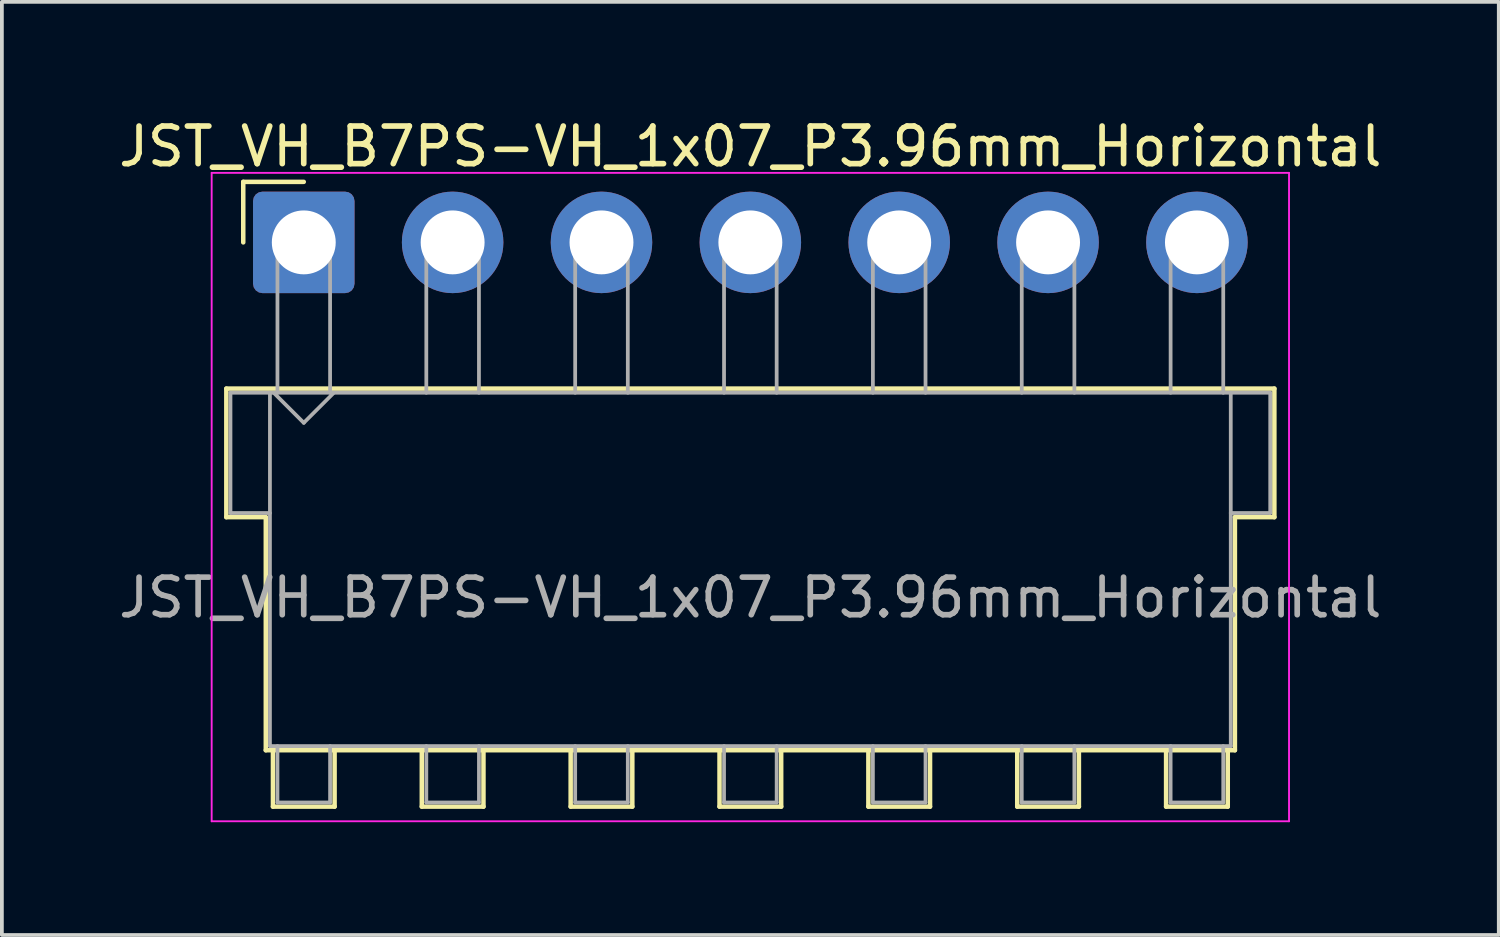
<source format=kicad_pcb>
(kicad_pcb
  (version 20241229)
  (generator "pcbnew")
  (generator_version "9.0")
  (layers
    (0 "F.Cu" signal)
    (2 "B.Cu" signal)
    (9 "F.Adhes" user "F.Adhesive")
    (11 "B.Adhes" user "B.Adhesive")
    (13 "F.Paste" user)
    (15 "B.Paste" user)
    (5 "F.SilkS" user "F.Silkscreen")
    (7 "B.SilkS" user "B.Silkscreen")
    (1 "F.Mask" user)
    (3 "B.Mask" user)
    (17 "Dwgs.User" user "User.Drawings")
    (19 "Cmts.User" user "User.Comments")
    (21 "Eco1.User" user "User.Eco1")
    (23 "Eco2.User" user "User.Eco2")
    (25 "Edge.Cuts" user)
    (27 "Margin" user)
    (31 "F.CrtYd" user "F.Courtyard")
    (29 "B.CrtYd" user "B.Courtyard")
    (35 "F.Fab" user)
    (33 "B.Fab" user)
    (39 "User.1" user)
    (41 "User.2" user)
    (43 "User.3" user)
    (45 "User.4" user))
  (footprint "JST_VH_B7PS-VH_1x07_P3.96mm_Horizontal"
    (layer "F.Cu")
    (at 5.031 3.398)
    (property "Reference" "JST_VH_B7PS-VH_1x07_P3.96mm_Horizontal" (at 11.88 -2.55 0) (layer "F.SilkS") (effects (font (size 1 1) (thickness 0.15))))
    (attr through_hole)
    (fp_line (start -2.06 3.89) (end 25.82 3.89) (stroke (width 0.12) (type solid)) (layer "F.SilkS"))
    (fp_line (start -2.06 7.31) (end -2.06 3.89) (stroke (width 0.12) (type solid)) (layer "F.SilkS"))
    (fp_line (start -1.61 -1.61) (end -1.61 0) (stroke (width 0.12) (type solid)) (layer "F.SilkS"))
    (fp_line (start -1.01 7.31) (end -2.06 7.31) (stroke (width 0.12) (type solid)) (layer "F.SilkS"))
    (fp_line (start -1.01 13.51) (end -1.01 7.31) (stroke (width 0.12) (type solid)) (layer "F.SilkS"))
    (fp_line (start -0.82 13.51) (end -0.82 15.01) (stroke (width 0.12) (type solid)) (layer "F.SilkS"))
    (fp_line (start -0.82 15.01) (end 0.82 15.01) (stroke (width 0.12) (type solid)) (layer "F.SilkS"))
    (fp_line (start 0 -1.61) (end -1.61 -1.61) (stroke (width 0.12) (type solid)) (layer "F.SilkS"))
    (fp_line (start 0.82 15.01) (end 0.82 13.51) (stroke (width 0.12) (type solid)) (layer "F.SilkS"))
    (fp_line (start 3.14 13.51) (end 3.14 15.01) (stroke (width 0.12) (type solid)) (layer "F.SilkS"))
    (fp_line (start 3.14 15.01) (end 4.78 15.01) (stroke (width 0.12) (type solid)) (layer "F.SilkS"))
    (fp_line (start 4.78 15.01) (end 4.78 13.51) (stroke (width 0.12) (type solid)) (layer "F.SilkS"))
    (fp_line (start 7.1 13.51) (end 7.1 15.01) (stroke (width 0.12) (type solid)) (layer "F.SilkS"))
    (fp_line (start 7.1 15.01) (end 8.74 15.01) (stroke (width 0.12) (type solid)) (layer "F.SilkS"))
    (fp_line (start 8.74 15.01) (end 8.74 13.51) (stroke (width 0.12) (type solid)) (layer "F.SilkS"))
    (fp_line (start 11.06 13.51) (end 11.06 15.01) (stroke (width 0.12) (type solid)) (layer "F.SilkS"))
    (fp_line (start 11.06 15.01) (end 12.7 15.01) (stroke (width 0.12) (type solid)) (layer "F.SilkS"))
    (fp_line (start 12.7 15.01) (end 12.7 13.51) (stroke (width 0.12) (type solid)) (layer "F.SilkS"))
    (fp_line (start 15.02 13.51) (end 15.02 15.01) (stroke (width 0.12) (type solid)) (layer "F.SilkS"))
    (fp_line (start 15.02 15.01) (end 16.66 15.01) (stroke (width 0.12) (type solid)) (layer "F.SilkS"))
    (fp_line (start 16.66 15.01) (end 16.66 13.51) (stroke (width 0.12) (type solid)) (layer "F.SilkS"))
    (fp_line (start 18.98 13.51) (end 18.98 15.01) (stroke (width 0.12) (type solid)) (layer "F.SilkS"))
    (fp_line (start 18.98 15.01) (end 20.62 15.01) (stroke (width 0.12) (type solid)) (layer "F.SilkS"))
    (fp_line (start 20.62 15.01) (end 20.62 13.51) (stroke (width 0.12) (type solid)) (layer "F.SilkS"))
    (fp_line (start 22.94 13.51) (end 22.94 15.01) (stroke (width 0.12) (type solid)) (layer "F.SilkS"))
    (fp_line (start 22.94 15.01) (end 24.58 15.01) (stroke (width 0.12) (type solid)) (layer "F.SilkS"))
    (fp_line (start 24.58 15.01) (end 24.58 13.51) (stroke (width 0.12) (type solid)) (layer "F.SilkS"))
    (fp_line (start 24.77 7.31) (end 24.77 13.51) (stroke (width 0.12) (type solid)) (layer "F.SilkS"))
    (fp_line (start 24.77 13.51) (end -1.01 13.51) (stroke (width 0.12) (type solid)) (layer "F.SilkS"))
    (fp_line (start 25.82 3.89) (end 25.82 7.31) (stroke (width 0.12) (type solid)) (layer "F.SilkS"))
    (fp_line (start 25.82 7.31) (end 24.77 7.31) (stroke (width 0.12) (type solid)) (layer "F.SilkS"))
    (fp_line (start -2.45 -1.85) (end -2.45 15.4) (stroke (width 0.05) (type solid)) (layer "F.CrtYd"))
    (fp_line (start -2.45 15.4) (end 26.21 15.4) (stroke (width 0.05) (type solid)) (layer "F.CrtYd"))
    (fp_line (start 26.21 -1.85) (end -2.45 -1.85) (stroke (width 0.05) (type solid)) (layer "F.CrtYd"))
    (fp_line (start 26.21 15.4) (end 26.21 -1.85) (stroke (width 0.05) (type solid)) (layer "F.CrtYd"))
    (fp_line (start -1.95 4) (end -0.9 4) (stroke (width 0.1) (type solid)) (layer "F.Fab"))
    (fp_line (start -1.95 7.2) (end -1.95 4) (stroke (width 0.1) (type solid)) (layer "F.Fab"))
    (fp_line (start -0.9 4) (end -0.9 13.4) (stroke (width 0.1) (type solid)) (layer "F.Fab"))
    (fp_line (start -0.9 7.2) (end -1.95 7.2) (stroke (width 0.1) (type solid)) (layer "F.Fab"))
    (fp_line (start -0.9 13.4) (end 24.66 13.4) (stroke (width 0.1) (type solid)) (layer "F.Fab"))
    (fp_line (start -0.8 4) (end 0 4.8) (stroke (width 0.1) (type solid)) (layer "F.Fab"))
    (fp_line (start -0.7 0) (end 0.7 0) (stroke (width 0.1) (type solid)) (layer "F.Fab"))
    (fp_line (start -0.7 4) (end -0.7 0) (stroke (width 0.1) (type solid)) (layer "F.Fab"))
    (fp_line (start -0.7 13.4) (end -0.7 14.9) (stroke (width 0.1) (type solid)) (layer "F.Fab"))
    (fp_line (start -0.7 14.9) (end 0.7 14.9) (stroke (width 0.1) (type solid)) (layer "F.Fab"))
    (fp_line (start 0 4.8) (end 0.8 4) (stroke (width 0.1) (type solid)) (layer "F.Fab"))
    (fp_line (start 0.7 0) (end 0.7 4) (stroke (width 0.1) (type solid)) (layer "F.Fab"))
    (fp_line (start 0.7 14.9) (end 0.7 13.4) (stroke (width 0.1) (type solid)) (layer "F.Fab"))
    (fp_line (start 3.26 0) (end 4.66 0) (stroke (width 0.1) (type solid)) (layer "F.Fab"))
    (fp_line (start 3.26 4) (end 3.26 0) (stroke (width 0.1) (type solid)) (layer "F.Fab"))
    (fp_line (start 3.26 13.4) (end 3.26 14.9) (stroke (width 0.1) (type solid)) (layer "F.Fab"))
    (fp_line (start 3.26 14.9) (end 4.66 14.9) (stroke (width 0.1) (type solid)) (layer "F.Fab"))
    (fp_line (start 4.66 0) (end 4.66 4) (stroke (width 0.1) (type solid)) (layer "F.Fab"))
    (fp_line (start 4.66 14.9) (end 4.66 13.4) (stroke (width 0.1) (type solid)) (layer "F.Fab"))
    (fp_line (start 7.22 0) (end 8.62 0) (stroke (width 0.1) (type solid)) (layer "F.Fab"))
    (fp_line (start 7.22 4) (end 7.22 0) (stroke (width 0.1) (type solid)) (layer "F.Fab"))
    (fp_line (start 7.22 13.4) (end 7.22 14.9) (stroke (width 0.1) (type solid)) (layer "F.Fab"))
    (fp_line (start 7.22 14.9) (end 8.62 14.9) (stroke (width 0.1) (type solid)) (layer "F.Fab"))
    (fp_line (start 8.62 0) (end 8.62 4) (stroke (width 0.1) (type solid)) (layer "F.Fab"))
    (fp_line (start 8.62 14.9) (end 8.62 13.4) (stroke (width 0.1) (type solid)) (layer "F.Fab"))
    (fp_line (start 11.18 0) (end 12.58 0) (stroke (width 0.1) (type solid)) (layer "F.Fab"))
    (fp_line (start 11.18 4) (end 11.18 0) (stroke (width 0.1) (type solid)) (layer "F.Fab"))
    (fp_line (start 11.18 13.4) (end 11.18 14.9) (stroke (width 0.1) (type solid)) (layer "F.Fab"))
    (fp_line (start 11.18 14.9) (end 12.58 14.9) (stroke (width 0.1) (type solid)) (layer "F.Fab"))
    (fp_line (start 12.58 0) (end 12.58 4) (stroke (width 0.1) (type solid)) (layer "F.Fab"))
    (fp_line (start 12.58 14.9) (end 12.58 13.4) (stroke (width 0.1) (type solid)) (layer "F.Fab"))
    (fp_line (start 15.14 0) (end 16.54 0) (stroke (width 0.1) (type solid)) (layer "F.Fab"))
    (fp_line (start 15.14 4) (end 15.14 0) (stroke (width 0.1) (type solid)) (layer "F.Fab"))
    (fp_line (start 15.14 13.4) (end 15.14 14.9) (stroke (width 0.1) (type solid)) (layer "F.Fab"))
    (fp_line (start 15.14 14.9) (end 16.54 14.9) (stroke (width 0.1) (type solid)) (layer "F.Fab"))
    (fp_line (start 16.54 0) (end 16.54 4) (stroke (width 0.1) (type solid)) (layer "F.Fab"))
    (fp_line (start 16.54 14.9) (end 16.54 13.4) (stroke (width 0.1) (type solid)) (layer "F.Fab"))
    (fp_line (start 19.1 0) (end 20.5 0) (stroke (width 0.1) (type solid)) (layer "F.Fab"))
    (fp_line (start 19.1 4) (end 19.1 0) (stroke (width 0.1) (type solid)) (layer "F.Fab"))
    (fp_line (start 19.1 13.4) (end 19.1 14.9) (stroke (width 0.1) (type solid)) (layer "F.Fab"))
    (fp_line (start 19.1 14.9) (end 20.5 14.9) (stroke (width 0.1) (type solid)) (layer "F.Fab"))
    (fp_line (start 20.5 0) (end 20.5 4) (stroke (width 0.1) (type solid)) (layer "F.Fab"))
    (fp_line (start 20.5 14.9) (end 20.5 13.4) (stroke (width 0.1) (type solid)) (layer "F.Fab"))
    (fp_line (start 23.06 0) (end 24.46 0) (stroke (width 0.1) (type solid)) (layer "F.Fab"))
    (fp_line (start 23.06 4) (end 23.06 0) (stroke (width 0.1) (type solid)) (layer "F.Fab"))
    (fp_line (start 23.06 13.4) (end 23.06 14.9) (stroke (width 0.1) (type solid)) (layer "F.Fab"))
    (fp_line (start 23.06 14.9) (end 24.46 14.9) (stroke (width 0.1) (type solid)) (layer "F.Fab"))
    (fp_line (start 24.46 0) (end 24.46 4) (stroke (width 0.1) (type solid)) (layer "F.Fab"))
    (fp_line (start 24.46 14.9) (end 24.46 13.4) (stroke (width 0.1) (type solid)) (layer "F.Fab"))
    (fp_line (start 24.66 4) (end -0.9 4) (stroke (width 0.1) (type solid)) (layer "F.Fab"))
    (fp_line (start 24.66 4) (end 25.71 4) (stroke (width 0.1) (type solid)) (layer "F.Fab"))
    (fp_line (start 24.66 13.4) (end 24.66 4) (stroke (width 0.1) (type solid)) (layer "F.Fab"))
    (fp_line (start 25.71 4) (end 25.71 7.2) (stroke (width 0.1) (type solid)) (layer "F.Fab"))
    (fp_line (start 25.71 7.2) (end 24.66 7.2) (stroke (width 0.1) (type solid)) (layer "F.Fab"))
    (fp_text user "${REFERENCE}" (at 11.88 9.45 0) (layer "F.Fab") (effects (font (size 1 1) (thickness 0.15))))
    (pad "1" thru_hole roundrect (at 0 0) (size 2.7 2.7) (drill 1.7) (layers "*.Cu" "*.Mask") (roundrect_rratio 0.093))
    (pad "2" thru_hole circle (at 3.96 0) (size 2.7 2.7) (drill 1.7) (layers "*.Cu" "*.Mask"))
    (pad "3" thru_hole circle (at 7.92 0) (size 2.7 2.7) (drill 1.7) (layers "*.Cu" "*.Mask"))
    (pad "4" thru_hole circle (at 11.88 0) (size 2.7 2.7) (drill 1.7) (layers "*.Cu" "*.Mask"))
    (pad "5" thru_hole circle (at 15.84 0) (size 2.7 2.7) (drill 1.7) (layers "*.Cu" "*.Mask"))
    (pad "6" thru_hole circle (at 19.8 0) (size 2.7 2.7) (drill 1.7) (layers "*.Cu" "*.Mask"))
    (pad "7" thru_hole circle (at 23.76 0) (size 2.7 2.7) (drill 1.7) (layers "*.Cu" "*.Mask")))
  (gr_rect
    (start -3 -3)
    (end 36.821 21.823)
    (stroke (width 0.1) (type default))
    (fill no)
    (layer "Edge.Cuts")))
</source>
